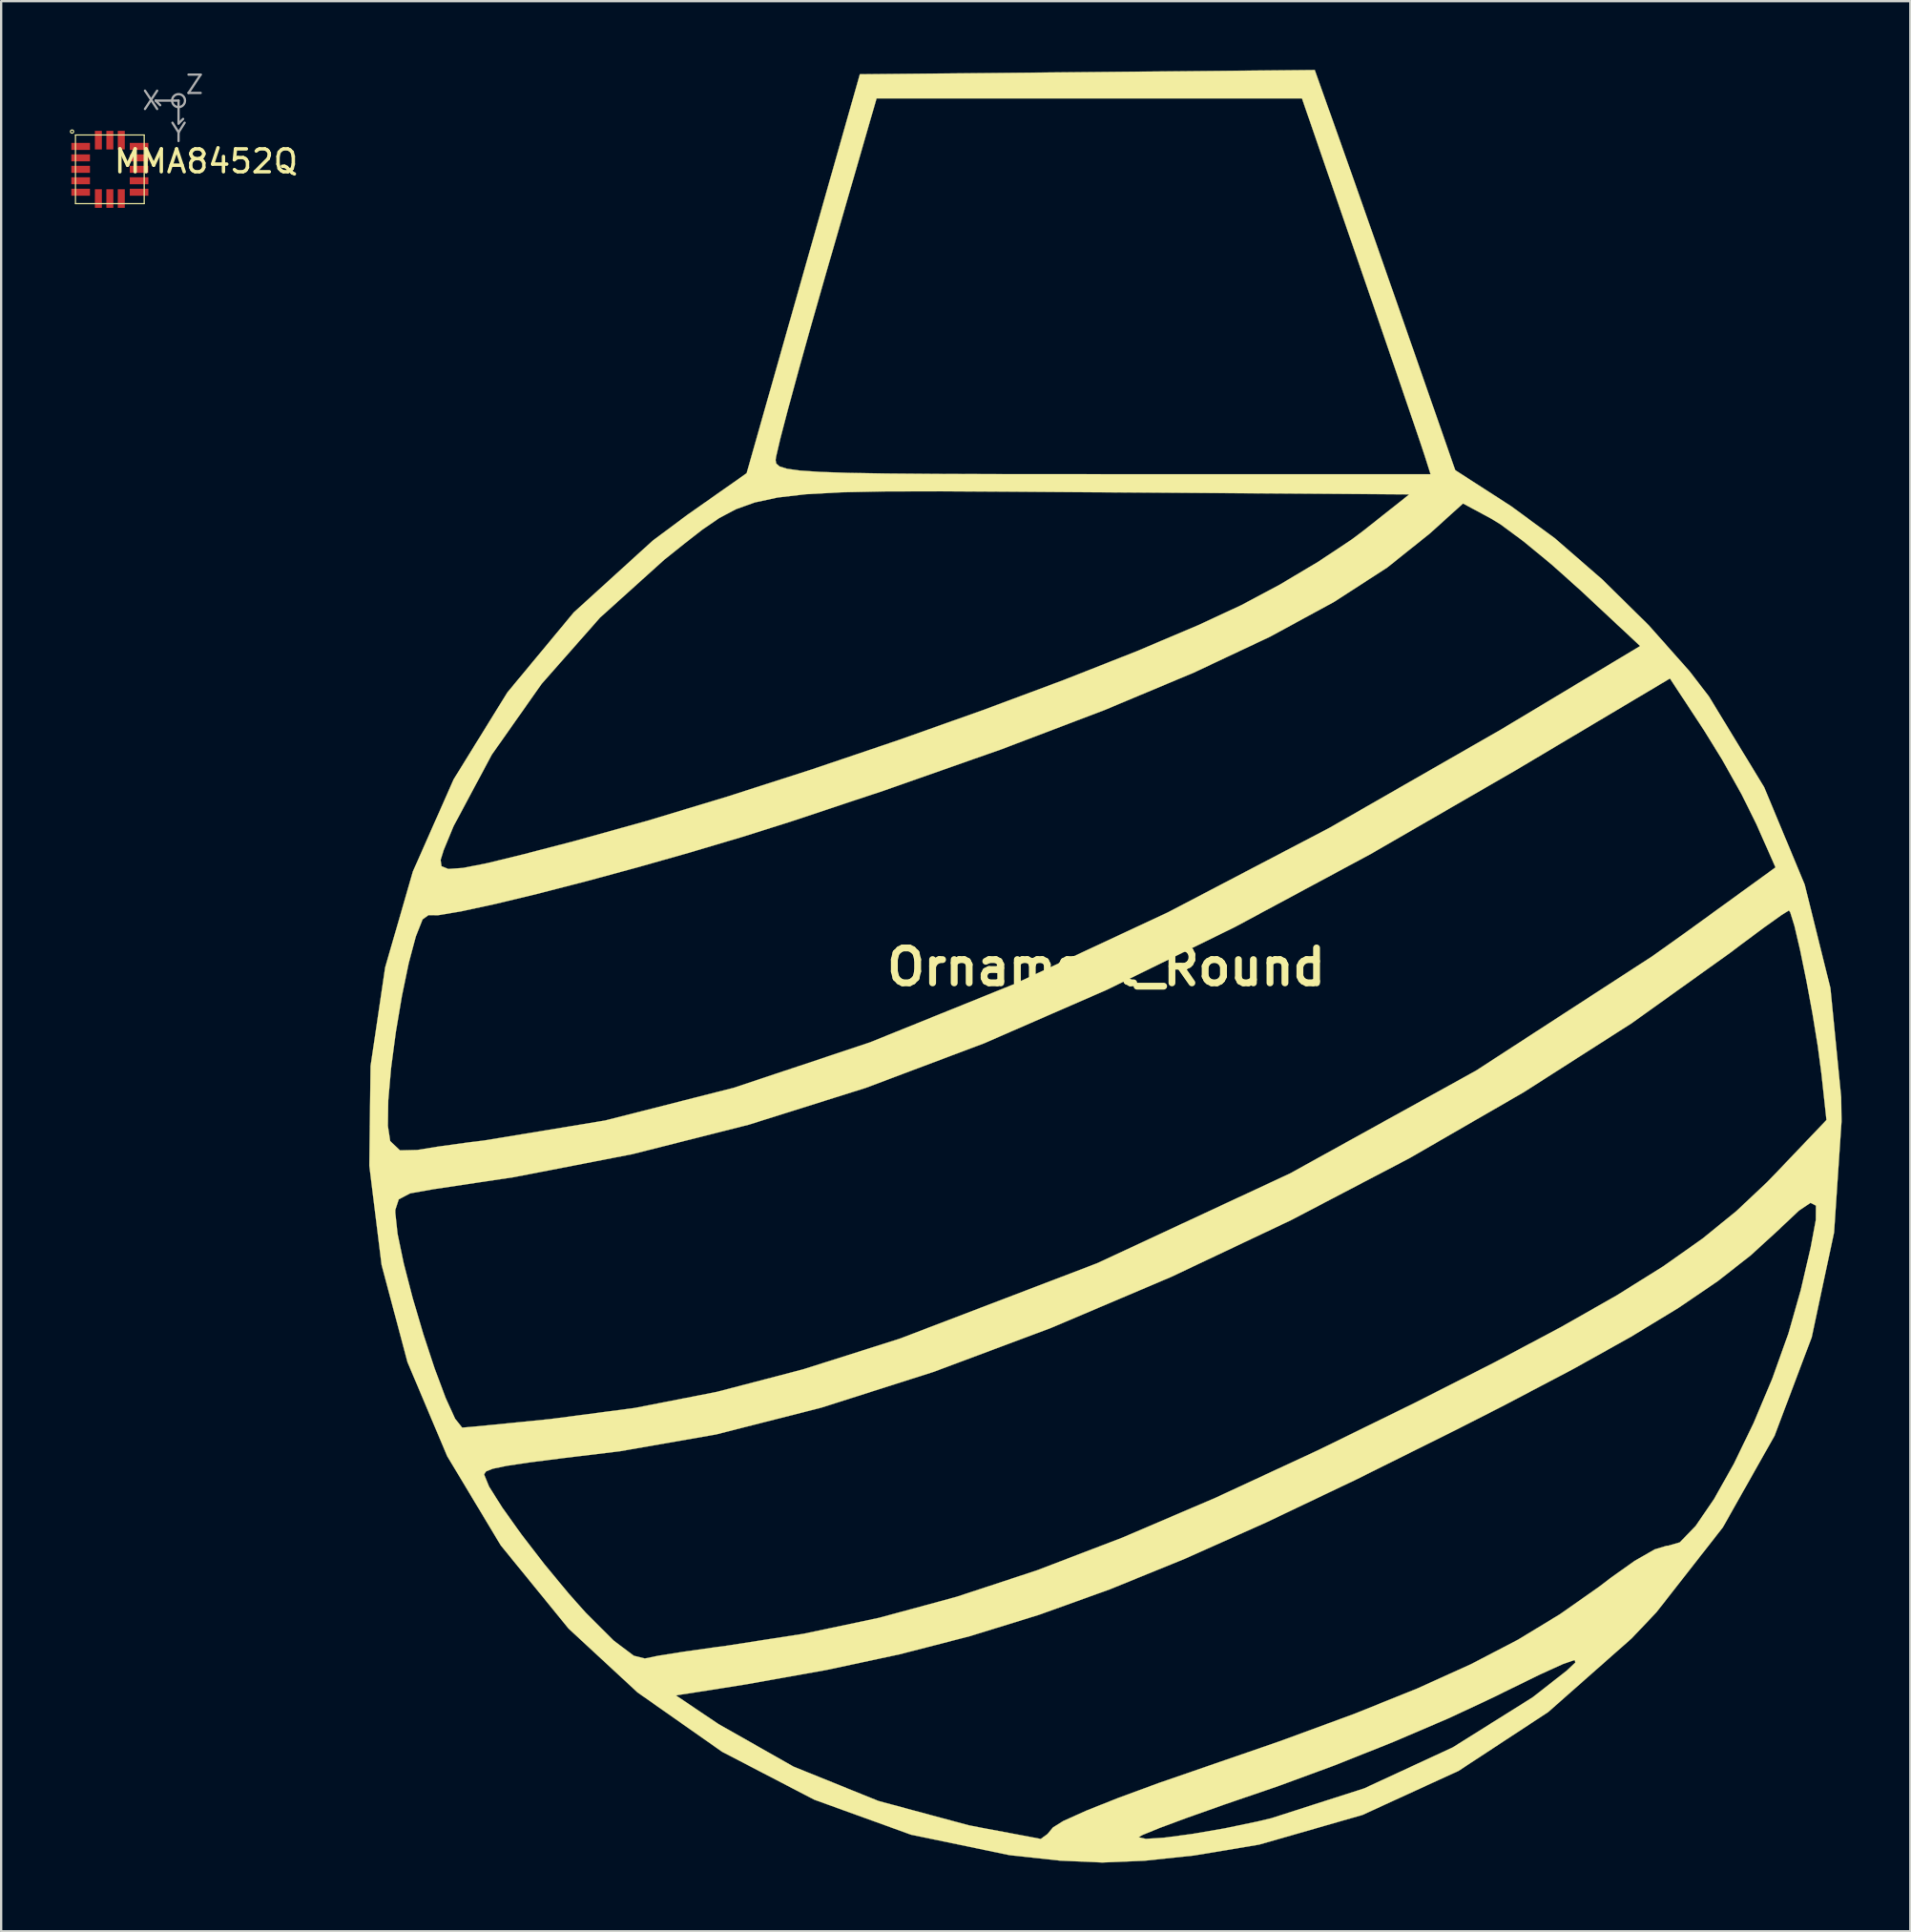
<source format=kicad_pcb>
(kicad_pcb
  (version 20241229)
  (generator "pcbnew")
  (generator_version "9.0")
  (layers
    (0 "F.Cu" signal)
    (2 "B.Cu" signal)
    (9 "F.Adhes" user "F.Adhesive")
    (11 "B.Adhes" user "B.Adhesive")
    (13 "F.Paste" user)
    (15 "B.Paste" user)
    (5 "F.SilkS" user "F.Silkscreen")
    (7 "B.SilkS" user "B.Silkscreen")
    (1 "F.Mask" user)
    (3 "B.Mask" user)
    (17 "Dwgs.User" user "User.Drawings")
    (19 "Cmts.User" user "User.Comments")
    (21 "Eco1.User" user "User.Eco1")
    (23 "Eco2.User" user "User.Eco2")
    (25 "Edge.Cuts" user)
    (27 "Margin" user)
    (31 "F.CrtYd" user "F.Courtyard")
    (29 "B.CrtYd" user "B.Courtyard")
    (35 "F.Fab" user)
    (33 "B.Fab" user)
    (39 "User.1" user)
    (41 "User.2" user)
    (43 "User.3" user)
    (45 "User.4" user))
  (footprint "MMA8452Q"
    (layer "F.Cu")
    (at 1.746 4.343)
    (property "Reference" "MMA8452Q" (at 4.2 -0.35 0) (layer "F.SilkS") (effects (font (size 1 1) (thickness 0.15))))
    (attr smd)
    (fp_line (start -1.5 -1.5) (end 1.5 -1.5) (stroke (width 0.05) (type solid)) (layer "F.SilkS"))
    (fp_line (start -1.5 1.5) (end -1.5 -1.5) (stroke (width 0.05) (type solid)) (layer "F.SilkS"))
    (fp_line (start 1.5 -1.5) (end 1.5 1.5) (stroke (width 0.05) (type solid)) (layer "F.SilkS"))
    (fp_line (start 1.5 1.5) (end -1.5 1.5) (stroke (width 0.05) (type solid)) (layer "F.SilkS"))
    (fp_circle (center -1.65 -1.65) (end -1.6 -1.6) (stroke (width 0.05) (type solid)) (fill no) (layer "F.SilkS"))
    (fp_line (start 2 -3) (end 2.2 -2.8) (stroke (width 0.1) (type solid)) (layer "F.Fab"))
    (fp_line (start 3 -3) (end 2 -3) (stroke (width 0.1) (type solid)) (layer "F.Fab"))
    (fp_line (start 3 -3) (end 3 -2) (stroke (width 0.1) (type solid)) (layer "F.Fab"))
    (fp_line (start 3 -2) (end 3.2 -2.2) (stroke (width 0.1) (type solid)) (layer "F.Fab"))
    (fp_circle (center 3 -3) (end 3.2 -3.2) (stroke (width 0.1) (type solid)) (fill no) (layer "F.Fab"))
    (fp_text user "X" (at 1.8 -3 0) (layer "F.Fab") (effects (font (size 0.8 0.8) (thickness 0.1))))
    (fp_text user "Y" (at 3 -1.6 0) (layer "F.Fab") (effects (font (size 0.8 0.8) (thickness 0.1))))
    (fp_text user "Z" (at 3.7 -3.7 0) (layer "F.Fab") (effects (font (size 0.8 0.8) (thickness 0.1))))
    (pad "1" smd rect (at -1.275 -1) (size 0.813 0.305) (layers "F.Cu" "F.Mask" "F.Paste"))
    (pad "2" smd rect (at -1.275 -0.5) (size 0.813 0.305) (layers "F.Cu" "F.Mask" "F.Paste"))
    (pad "3" smd rect (at -1.275 0) (size 0.813 0.305) (layers "F.Cu" "F.Mask" "F.Paste"))
    (pad "4" smd rect (at -1.275 0.5) (size 0.813 0.305) (layers "F.Cu" "F.Mask" "F.Paste"))
    (pad "5" smd rect (at -1.275 1) (size 0.813 0.305) (layers "F.Cu" "F.Mask" "F.Paste"))
    (pad "6" smd rect (at -0.5 1.275 90) (size 0.813 0.305) (layers "F.Cu" "F.Mask" "F.Paste"))
    (pad "7" smd rect (at 0 1.275 90) (size 0.813 0.305) (layers "F.Cu" "F.Mask" "F.Paste"))
    (pad "8" smd rect (at 0.5 1.275 90) (size 0.813 0.305) (layers "F.Cu" "F.Mask" "F.Paste"))
    (pad "9" smd rect (at 1.275 1) (size 0.813 0.305) (layers "F.Cu" "F.Mask" "F.Paste"))
    (pad "10" smd rect (at 1.275 0.5) (size 0.813 0.305) (layers "F.Cu" "F.Mask" "F.Paste"))
    (pad "11" smd rect (at 1.275 0) (size 0.813 0.305) (layers "F.Cu" "F.Mask" "F.Paste"))
    (pad "12" smd rect (at 1.275 -0.5) (size 0.813 0.305) (layers "F.Cu" "F.Mask" "F.Paste"))
    (pad "13" smd rect (at 1.275 -1) (size 0.813 0.305) (layers "F.Cu" "F.Mask" "F.Paste"))
    (pad "14" smd rect (at 0.5 -1.275 90) (size 0.813 0.305) (layers "F.Cu" "F.Mask" "F.Paste"))
    (pad "15" smd rect (at 0 -1.275 90) (size 0.813 0.305) (layers "F.Cu" "F.Mask" "F.Paste"))
    (pad "16" smd rect (at -0.5 -1.275 90) (size 0.813 0.305) (layers "F.Cu" "F.Mask" "F.Paste")))
  (footprint "Ornament_Round"
    (layer "F.Cu")
    (at 45.253 39.174)
    (property "Reference" "Ornament_Round" (at 0 0 0) (layer "F.SilkS") (effects (font (size 1.524 1.524) (thickness 0.3))))
    (attr through_hole)
    (fp_poly (pts (xy 10.14 -36.253) (xy 10.619 -34.901) (xy 11.263 -33.074) (xy 12.004 -30.962) (xy 12.775 -28.758) (xy 13.208 -27.517) (xy 15.237 -21.696) (xy 17.677 -20.124) (xy 19.586 -18.723) (xy 21.659 -16.922) (xy 23.689 -14.92) (xy 25.469 -12.915) (xy 26.313 -11.818) (xy 28.724 -7.856) (xy 30.494 -3.606) (xy 31.617 0.914) (xy 32.088 5.684) (xy 32.103 6.741) (xy 31.777 11.588) (xy 30.801 16.166) (xy 29.18 20.463) (xy 26.918 24.469) (xy 24.02 28.173) (xy 22.94 29.311) (xy 19.294 32.53) (xy 15.381 35.097) (xy 11.182 37.022) (xy 6.678 38.316) (xy 3.829 38.791) (xy 1.659 39.021) (xy -0.172 39.097) (xy -2.004 39.017) (xy -4.177 38.781) (xy -4.233 38.774) (xy -8.525 37.883) (xy -12.748 36.356) (xy -16.774 34.263) (xy -20.283 31.8) (xy -18.791 31.8) (xy -16.937 33.048) (xy -13.66 34.908) (xy -9.944 36.411) (xy -6.001 37.473) (xy -5.468 37.577) (xy -4.235 37.807) (xy -3.307 37.982) (xy -2.869 38.066) (xy -2.861 38.068) (xy -2.76 37.994) (xy 1.411 37.994) (xy 1.728 38.064) (xy 2.57 38.007) (xy 3.771 37.846) (xy 5.167 37.606) (xy 6.593 37.309) (xy 7.2 37.164) (xy 11.262 35.86) (xy 15.131 34.068) (xy 18.619 31.882) (xy 20.108 30.716) (xy 20.483 30.361) (xy 20.448 30.258) (xy 19.953 30.426) (xy 18.948 30.883) (xy 17.382 31.648) (xy 16.933 31.872) (xy 14.939 32.804) (xy 12.537 33.832) (xy 9.995 34.846) (xy 7.58 35.736) (xy 6.967 35.947) (xy 5.123 36.579) (xy 3.537 37.141) (xy 2.321 37.593) (xy 1.584 37.893) (xy 1.411 37.994) (xy -2.76 37.994) (xy -2.568 37.853) (xy -2.332 37.57) (xy -1.879 37.285) (xy -0.875 36.833) (xy 0.561 36.262) (xy 2.309 35.62) (xy 3.715 35.134) (xy 7.563 33.806) (xy 10.821 32.609) (xy 13.58 31.498) (xy 15.934 30.432) (xy 17.977 29.368) (xy 19.8 28.261) (xy 21.498 27.07) (xy 22.008 26.681) (xy 23.063 25.93) (xy 23.946 25.425) (xy 24.482 25.263) (xy 24.514 25.271) (xy 25.042 25.117) (xy 25.736 24.398) (xy 26.541 23.219) (xy 27.403 21.685) (xy 28.266 19.902) (xy 29.077 17.973) (xy 29.781 16.005) (xy 30.323 14.103) (xy 30.33 14.074) (xy 30.754 12.247) (xy 30.979 11.047) (xy 30.984 10.415) (xy 30.747 10.296) (xy 30.248 10.632) (xy 29.466 11.367) (xy 29.369 11.462) (xy 28.132 12.592) (xy 26.699 13.714) (xy 24.988 14.879) (xy 22.917 16.138) (xy 20.407 17.54) (xy 17.374 19.136) (xy 15.328 20.179) (xy 10.897 22.383) (xy 6.962 24.258) (xy 3.416 25.842) (xy 0.15 27.172) (xy -2.941 28.284) (xy -5.965 29.218) (xy -9.03 30.009) (xy -12.242 30.696) (xy -15.71 31.315) (xy -17.421 31.588) (xy -18.791 31.8) (xy -20.283 31.8) (xy -20.468 31.67) (xy -23.479 28.883) (xy -26.437 25.253) (xy -28.296 22.157) (xy -27.164 22.157) (xy -26.949 22.681) (xy -26.371 23.6) (xy -25.531 24.777) (xy -24.53 26.075) (xy -23.468 27.358) (xy -22.723 28.195) (xy -21.513 29.403) (xy -20.628 30.07) (xy -20.15 30.189) (xy -19.551 30.068) (xy -18.454 29.893) (xy -17.065 29.696) (xy -16.581 29.632) (xy -13.229 29.112) (xy -9.915 28.412) (xy -6.548 27.499) (xy -3.038 26.343) (xy 0.707 24.91) (xy 4.776 23.169) (xy 9.26 21.089) (xy 13.435 19.044) (xy 16.926 17.273) (xy 19.848 15.721) (xy 22.285 14.336) (xy 24.319 13.065) (xy 26.033 11.855) (xy 27.51 10.655) (xy 28.832 9.41) (xy 29.216 9.015) (xy 31.445 6.677) (xy 31.226 4.661) (xy 31.066 3.455) (xy 30.835 2.04) (xy 30.566 0.582) (xy 30.292 -0.753) (xy 30.046 -1.8) (xy 29.861 -2.394) (xy 29.804 -2.469) (xy 29.483 -2.271) (xy 28.739 -1.74) (xy 27.711 -0.978) (xy 27.271 -0.644) (xy 22.938 2.454) (xy 18.229 5.464) (xy 13.243 8.343) (xy 8.076 11.047) (xy 2.827 13.532) (xy -2.406 15.754) (xy -7.525 17.67) (xy -12.433 19.235) (xy -17.032 20.406) (xy -21.224 21.14) (xy -21.519 21.176) (xy -23.643 21.431) (xy -25.162 21.626) (xy -26.177 21.778) (xy -26.783 21.904) (xy -27.079 22.02) (xy -27.163 22.144) (xy -27.164 22.157) (xy -28.296 22.157) (xy -28.779 21.354) (xy -30.512 17.248) (xy -31.643 12.999) (xy -31.924 10.725) (xy -31.044 10.725) (xy -30.945 11.645) (xy -30.676 12.935) (xy -30.285 14.445) (xy -29.819 16.027) (xy -29.323 17.532) (xy -28.845 18.812) (xy -28.431 19.719) (xy -28.128 20.104) (xy -28.103 20.108) (xy -27.708 20.075) (xy -26.764 19.984) (xy -25.428 19.851) (xy -24.291 19.736) (xy -20.603 19.253) (xy -16.991 18.545) (xy -13.232 17.563) (xy -9.106 16.253) (xy -8.983 16.212) (xy -0.395 12.93) (xy 8.019 9.013) (xy 16.142 4.522) (xy 23.854 -0.482) (xy 25.364 -1.558) (xy 29.219 -4.352) (xy 28.383 -6.243) (xy 27.738 -7.544) (xy 26.881 -9.071) (xy 26.079 -10.367) (xy 24.611 -12.599) (xy 17.877 -8.593) (xy 11.544 -4.935) (xy 5.62 -1.75) (xy 0.026 0.992) (xy -5.322 3.324) (xy -10.504 5.276) (xy -15.603 6.881) (xy -20.7 8.171) (xy -25.877 9.176) (xy -29.369 9.698) (xy -30.395 9.881) (xy -30.893 10.144) (xy -31.041 10.595) (xy -31.044 10.725) (xy -31.924 10.725) (xy -32.177 8.669) (xy -32.156 6.941) (xy -31.366 6.941) (xy -31.265 7.597) (xy -30.84 8.002) (xy -30.075 7.984) (xy -29.162 7.836) (xy -27.905 7.663) (xy -27.164 7.572) (xy -21.885 6.7) (xy -16.271 5.272) (xy -10.31 3.284) (xy -3.993 0.731) (xy 2.692 -2.39) (xy 9.754 -6.084) (xy 17.204 -10.355) (xy 17.868 -10.752) (xy 23.308 -14.018) (xy 20.706 -16.448) (xy 19.446 -17.575) (xy 18.221 -18.584) (xy 17.218 -19.326) (xy 16.84 -19.559) (xy 15.577 -20.24) (xy 14.118 -18.922) (xy 12.266 -17.443) (xy 9.956 -15.949) (xy 7.154 -14.425) (xy 3.823 -12.856) (xy -0.071 -11.224) (xy -4.563 -9.514) (xy -9.69 -7.711) (xy -13.808 -6.34) (xy -15.913 -5.677) (xy -18.175 -5.004) (xy -20.491 -4.347) (xy -22.754 -3.734) (xy -24.86 -3.192) (xy -26.704 -2.748) (xy -28.179 -2.429) (xy -29.18 -2.263) (xy -29.593 -2.268) (xy -29.851 -2.083) (xy -30.146 -1.337) (xy -30.456 -0.173) (xy -30.755 1.267) (xy -31.02 2.84) (xy -31.226 4.405) (xy -31.35 5.82) (xy -31.366 6.941) (xy -32.156 6.941) (xy -32.123 4.322) (xy -31.487 0.019) (xy -30.275 -4.175) (xy -30.053 -4.677) (xy -29.065 -4.677) (xy -29.025 -4.402) (xy -28.729 -4.283) (xy -28.091 -4.327) (xy -27.026 -4.538) (xy -25.451 -4.923) (xy -23.283 -5.486) (xy -20.072 -6.378) (xy -16.548 -7.443) (xy -12.839 -8.636) (xy -9.072 -9.911) (xy -5.373 -11.224) (xy -1.869 -12.53) (xy 1.313 -13.784) (xy 4.046 -14.942) (xy 5.91 -15.81) (xy 7.582 -16.702) (xy 9.277 -17.712) (xy 10.721 -18.672) (xy 11.202 -19.033) (xy 13.229 -20.637) (xy -0.623 -20.73) (xy -4.226 -20.755) (xy -7.199 -20.772) (xy -9.622 -20.767) (xy -11.571 -20.728) (xy -13.122 -20.643) (xy -14.354 -20.5) (xy -15.344 -20.287) (xy -16.168 -19.991) (xy -16.903 -19.601) (xy -17.628 -19.104) (xy -18.419 -18.489) (xy -19.301 -17.783) (xy -22.102 -15.258) (xy -24.653 -12.365) (xy -26.828 -9.275) (xy -28.497 -6.154) (xy -28.932 -5.103) (xy -29.065 -4.677) (xy -30.053 -4.677) (xy -28.495 -8.199) (xy -26.152 -11.989) (xy -23.253 -15.483) (xy -19.806 -18.617) (xy -18.296 -19.742) (xy -15.704 -21.562) (xy -15.541 -22.137) (xy -14.439 -22.137) (xy -14.409 -21.983) (xy -14.263 -21.858) (xy -13.938 -21.757) (xy -13.371 -21.678) (xy -12.498 -21.619) (xy -11.255 -21.576) (xy -9.58 -21.548) (xy -7.409 -21.531) (xy -4.679 -21.522) (xy -1.327 -21.52) (xy -0.153 -21.519) (xy 14.159 -21.519) (xy 13.907 -22.313) (xy 13.721 -22.871) (xy 13.342 -23.986) (xy 12.807 -25.551) (xy 12.153 -27.457) (xy 11.418 -29.594) (xy 11.1 -30.515) (xy 8.545 -37.924) (xy -10.03 -37.924) (xy -12.222 -30.339) (xy -12.86 -28.109) (xy -13.427 -26.082) (xy -13.894 -24.366) (xy -14.234 -23.065) (xy -14.416 -22.288) (xy -14.439 -22.137) (xy -15.541 -22.137) (xy -13.232 -30.272) (xy -10.76 -38.982) (xy -0.829 -39.076) (xy 9.102 -39.169) (xy 10.14 -36.253)) (stroke (width 0.01) (type solid)) (fill yes) (layer "F.SilkS")))
  (gr_rect
    (start -3 -3)
    (end 80.361 81.276)
    (stroke (width 0.1) (type default))
    (fill no)
    (layer "Edge.Cuts")))
</source>
